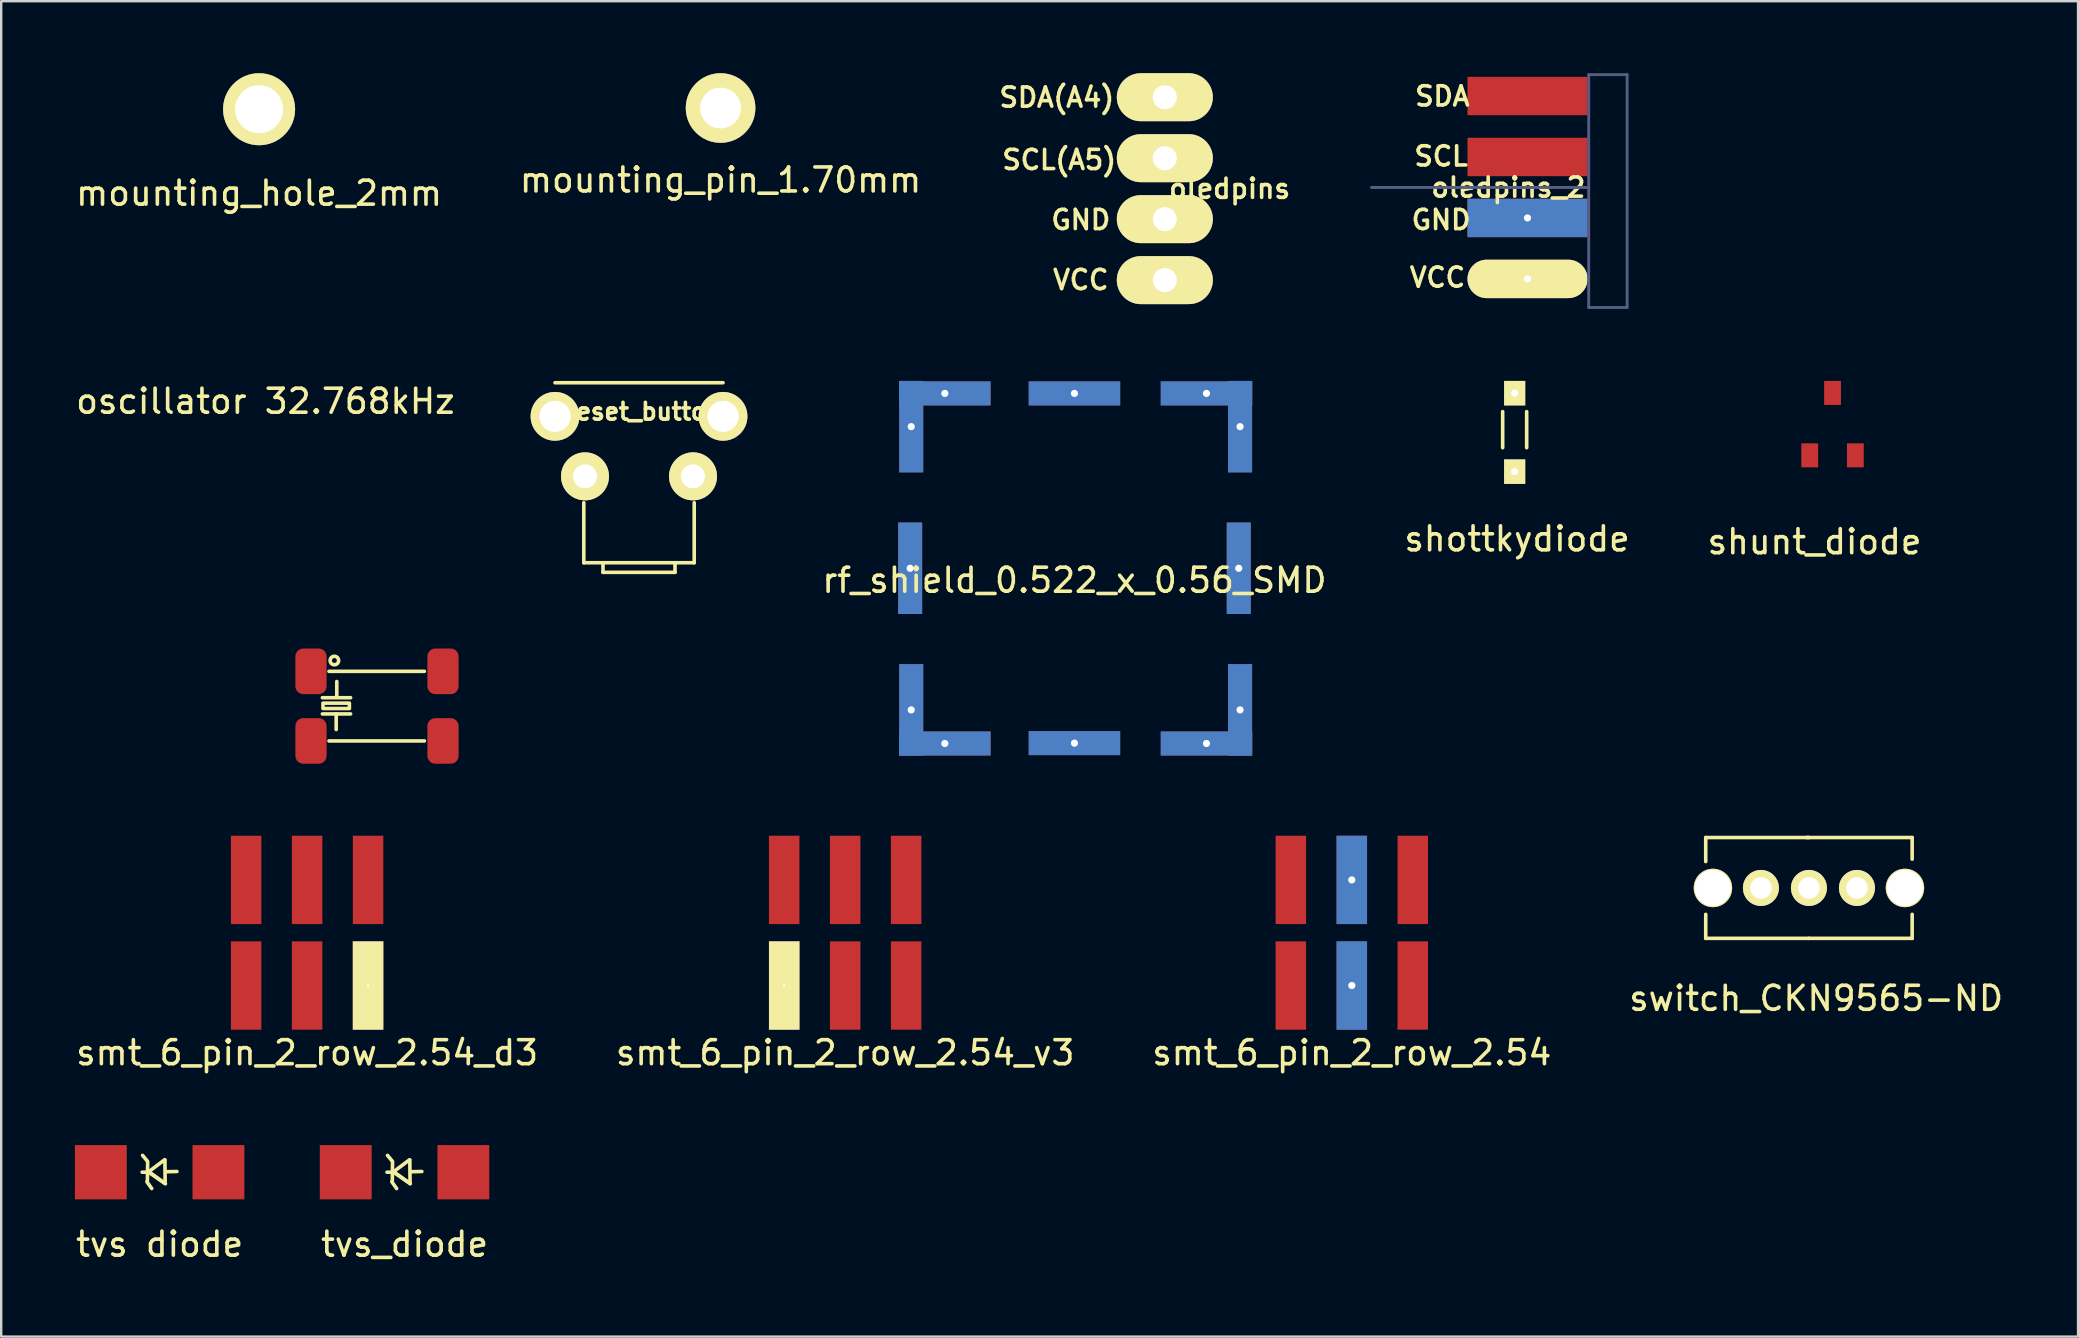
<source format=kicad_pcb>
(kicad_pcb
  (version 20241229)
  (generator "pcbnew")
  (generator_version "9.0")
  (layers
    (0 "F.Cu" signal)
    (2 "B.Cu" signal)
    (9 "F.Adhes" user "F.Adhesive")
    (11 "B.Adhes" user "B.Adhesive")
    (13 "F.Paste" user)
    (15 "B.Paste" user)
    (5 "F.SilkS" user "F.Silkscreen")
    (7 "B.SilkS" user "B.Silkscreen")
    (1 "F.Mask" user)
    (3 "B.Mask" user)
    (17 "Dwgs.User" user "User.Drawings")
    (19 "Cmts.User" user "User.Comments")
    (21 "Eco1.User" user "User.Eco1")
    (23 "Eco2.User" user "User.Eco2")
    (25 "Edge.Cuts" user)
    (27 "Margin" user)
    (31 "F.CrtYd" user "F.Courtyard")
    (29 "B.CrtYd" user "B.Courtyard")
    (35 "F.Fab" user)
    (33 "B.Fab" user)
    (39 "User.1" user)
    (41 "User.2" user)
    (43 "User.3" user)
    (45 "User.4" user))
  (footprint "smt_6_pin_2_row_2.54_v3"
    (layer "F.Cu")
    (at 32.161 35.808)
    (property "Reference" "smt_6_pin_2_row_2.54_v3" (at 0 5 0) (layer "F.SilkS") (effects (font (size 1 1) (thickness 0.15))))
    (attr through_hole)
    (pad "1" smd rect (at 2.54 2.2) (size 1.27 3.68) (layers "F.Cu" "F.Mask" "F.Paste"))
    (pad "2" smd rect (at 2.54 -2.2) (size 1.27 3.68) (layers "F.Cu" "F.Mask" "F.Paste"))
    (pad "3" smd rect (at 0 -2.2) (size 1.27 3.68) (layers "F.Cu" "F.Mask" "F.Paste"))
    (pad "4" smd rect (at 0 2.2) (size 1.27 3.68) (layers "F.Cu" "F.Mask" "F.Paste"))
    (pad "5" thru_hole rect (at -2.54 2.2) (size 1.27 3.68) (drill 0.1) (layers "*.Cu" "*.Mask" "F.SilkS"))
    (pad "6" smd rect (at -2.54 -2.2) (size 1.27 3.68) (layers "F.Cu" "F.Mask" "F.Paste")))
  (footprint "switch_CKN9565-ND"
    (layer "F.Cu")
    (at 72.313 33.943)
    (property "Reference" "switch_CKN9565-ND" (at 0.3 4.6 0) (layer "F.SilkS") (effects (font (size 1 1) (thickness 0.15))))
    (attr through_hole)
    (fp_line (start -4.3 -2.1) (end -4.3 -1.1) (stroke (width 0.15) (type solid)) (layer "F.SilkS"))
    (fp_line (start -4.3 2.1) (end -4.3 1.1) (stroke (width 0.15) (type solid)) (layer "F.SilkS"))
    (fp_line (start -0.1 -2.1) (end 4.3 -2.1) (stroke (width 0.15) (type solid)) (layer "F.SilkS"))
    (fp_line (start 0 -2.1) (end -4.3 -2.1) (stroke (width 0.15) (type solid)) (layer "F.SilkS"))
    (fp_line (start 0 2.1) (end -4.3 2.1) (stroke (width 0.15) (type solid)) (layer "F.SilkS"))
    (fp_line (start 0 2.1) (end 4.3 2.1) (stroke (width 0.15) (type solid)) (layer "F.SilkS"))
    (fp_line (start 4.3 -2.1) (end 4.3 -1.2) (stroke (width 0.15) (type solid)) (layer "F.SilkS"))
    (fp_line (start 4.3 2.1) (end 4.3 1.1) (stroke (width 0.15) (type solid)) (layer "F.SilkS"))
    (pad "" thru_hole circle (at -4 0) (size 1.6 1.6) (drill 1.5) (layers "*.Cu" "*.Mask" "F.SilkS"))
    (pad "" thru_hole circle (at 4 0) (size 1.6 1.6) (drill 1.5) (layers "*.Cu" "*.Mask" "F.SilkS"))
    (pad "1" thru_hole circle (at -2 0) (size 1.5 1.5) (drill 0.9) (layers "*.Cu" "*.Mask" "F.SilkS"))
    (pad "2" thru_hole circle (at 0 0) (size 1.5 1.5) (drill 0.9) (layers "*.Cu" "*.Mask" "F.SilkS"))
    (pad "3" thru_hole circle (at 2 0) (size 1.5 1.5) (drill 0.9) (layers "*.Cu" "*.Mask" "F.SilkS")))
  (footprint "reset_button"
    (layer "F.Cu")
    (at 20.072 14.295)
    (property "Reference" "reset_button" (at 3.7 -0.2 0) (layer "F.SilkS") (effects (font (size 0.7 0.7) (thickness 0.15))))
    (attr through_hole)
    (fp_line (start 0 -1.4) (end 7 -1.4) (stroke (width 0.15) (type solid)) (layer "F.SilkS"))
    (fp_line (start 1.2 3.6) (end 1.2 6.1) (stroke (width 0.15) (type solid)) (layer "F.SilkS"))
    (fp_line (start 2 6.1) (end 2 6.5) (stroke (width 0.15) (type solid)) (layer "F.SilkS"))
    (fp_line (start 2 6.5) (end 5 6.5) (stroke (width 0.15) (type solid)) (layer "F.SilkS"))
    (fp_line (start 5 6.1) (end 5 6.5) (stroke (width 0.15) (type solid)) (layer "F.SilkS"))
    (fp_line (start 5.8 3.6) (end 5.8 6.1) (stroke (width 0.15) (type solid)) (layer "F.SilkS"))
    (fp_line (start 5.8 6.1) (end 1.2 6.1) (stroke (width 0.15) (type solid)) (layer "F.SilkS"))
    (pad "1" thru_hole circle (at 0 0) (size 2.032 2.032) (drill 1.3) (layers "*.Cu" "*.Mask" "F.SilkS"))
    (pad "1" thru_hole circle (at 1.25 2.5) (size 2 2) (drill 1) (layers "*.Cu" "*.Mask" "F.SilkS"))
    (pad "1" thru_hole circle (at 7 0) (size 2.032 2.032) (drill 1.3) (layers "*.Cu" "*.Mask" "F.SilkS"))
    (pad "2" thru_hole circle (at 5.75 2.5) (size 2 2) (drill 1) (layers "*.Cu" "*.Mask" "F.SilkS")))
  (footprint "mounting_pin_1.70mm"
    (layer "F.Cu")
    (at 26.97 1.45)
    (property "Reference" "mounting_pin_1.70mm" (at 0 3 0) (layer "F.SilkS") (effects (font (size 1 1) (thickness 0.15))))
    (attr through_hole)
    (pad "1" thru_hole circle (at 0 0) (size 2.9 2.9) (drill 1.7) (layers "*.Cu" "*.Mask" "F.SilkS")))
  (footprint "smt_6_pin_2_row_2.54"
    (layer "F.Cu")
    (at 53.268 35.808)
    (property "Reference" "smt_6_pin_2_row_2.54" (at 0 5 0) (layer "F.SilkS") (effects (font (size 1 1) (thickness 0.15))))
    (attr through_hole)
    (pad "1" smd rect (at 2.54 -2.2) (size 1.27 3.68) (layers "F.Cu" "F.Mask" "F.Paste"))
    (pad "2" thru_hole rect (at 0 -2.2) (size 1.27 3.68) (drill 0.3) (layers "*.Cu" "*.Mask"))
    (pad "3" smd rect (at -2.54 -2.2) (size 1.27 3.68) (layers "F.Cu" "F.Mask" "F.Paste"))
    (pad "4" smd rect (at -2.54 2.2) (size 1.27 3.68) (layers "F.Cu" "F.Mask" "F.Paste"))
    (pad "5" thru_hole rect (at 0 2.2) (size 1.27 3.68) (drill 0.3) (layers "*.Cu" "*.Mask"))
    (pad "6" smd rect (at 2.54 2.2) (size 1.27 3.68) (layers "F.Cu" "F.Mask" "F.Paste")))
  (footprint "oscillator 32.768kHz"
    (layer "F.Cu")
    (at 9.906 24.918)
    (property "Reference" "oscillator 32.768kHz" (at -1.9 -11.25 0) (unlocked yes) (layer "F.SilkS") (effects (font (size 1 1) (thickness 0.15))))
    (attr smd)
    (fp_line (start 0.475 1.1) (end 1.65 1.1) (stroke (width 0.15) (type solid)) (layer "F.SilkS"))
    (fp_line (start 0.475 1.775) (end 1.65 1.775) (stroke (width 0.15) (type solid)) (layer "F.SilkS"))
    (fp_line (start 0.75 0) (end 4.725 0) (stroke (width 0.15) (type solid)) (layer "F.SilkS"))
    (fp_line (start 0.75 2.9) (end 4.725 2.9) (stroke (width 0.15) (type solid)) (layer "F.SilkS"))
    (fp_line (start 1.05 1.775) (end 1.05 2.425) (stroke (width 0.15) (type solid)) (layer "F.SilkS"))
    (fp_line (start 1.075 0.425) (end 1.075 1.075) (stroke (width 0.15) (type solid)) (layer "F.SilkS"))
    (fp_rect (start 0.5 1.325) (end 1.6 1.55) (stroke (width 0.15) (type solid)) (fill no) (layer "F.SilkS"))
    (fp_circle (center 0.975 -0.45) (end 1.1 -0.575) (stroke (width 0.15) (type solid)) (fill no) (layer "F.SilkS"))
    (pad "1" smd roundrect (at 0 2.9) (size 1.3 1.9) (layers "F.Cu" "F.Mask" "F.Paste") (roundrect_rratio 0.25))
    (pad "2" smd roundrect (at 5.5 2.9) (size 1.3 1.9) (layers "F.Cu" "F.Mask" "F.Paste") (roundrect_rratio 0.25))
    (pad "3" smd roundrect (at 5.5 0) (size 1.3 1.9) (layers "F.Cu" "F.Mask" "F.Paste") (roundrect_rratio 0.25))
    (pad "4" smd roundrect (at 0 0) (size 1.3 1.9) (layers "F.Cu" "F.Mask" "F.Paste") (roundrect_rratio 0.25)))
  (footprint "tvs diode"
    (layer "F.Cu")
    (at 3.601 45.786)
    (property "Reference" "tvs diode" (at 0 3 0) (layer "F.SilkS") (effects (font (size 1 1) (thickness 0.15))))
    (attr through_hole)
    (fp_line (start -0.71 -0.7) (end -0.51 -0.46) (stroke (width 0.15) (type solid)) (layer "F.SilkS"))
    (fp_line (start -0.53 0.4) (end -0.33 0.68) (stroke (width 0.15) (type solid)) (layer "F.SilkS"))
    (fp_line (start -0.51 0) (end -0.73 0) (stroke (width 0.15) (type solid)) (layer "F.SilkS"))
    (fp_line (start -0.5 -0.43) (end -0.51 0.36) (stroke (width 0.15) (type solid)) (layer "F.SilkS"))
    (fp_line (start -0.47 -0.03) (end 0.2 0.45) (stroke (width 0.15) (type solid)) (layer "F.SilkS"))
    (fp_line (start -0.47 -0.01) (end 0.21 -0.52) (stroke (width 0.15) (type solid)) (layer "F.SilkS"))
    (fp_line (start 0.22 -0.51) (end 0.23 0.47) (stroke (width 0.15) (type solid)) (layer "F.SilkS"))
    (fp_line (start 0.24 0.48) (end -0.47 -0.01) (stroke (width 0.15) (type solid)) (layer "F.SilkS"))
    (fp_line (start 0.26 -0.02) (end 0.72 -0.03) (stroke (width 0.15) (type solid)) (layer "F.SilkS"))
    (pad "1" smd rect (at -2.45 0) (size 2.16 2.26) (layers "F.Cu" "F.Mask" "F.Paste"))
    (pad "2" smd rect (at 2.45 0) (size 2.16 2.26) (layers "F.Cu" "F.Mask" "F.Paste")))
  (footprint "tvs_diode"
    (layer "F.Cu")
    (at 13.804 45.786)
    (property "Reference" "tvs_diode" (at 0 3 0) (layer "F.SilkS") (effects (font (size 1 1) (thickness 0.15))))
    (attr through_hole)
    (fp_line (start -0.71 -0.7) (end -0.51 -0.46) (stroke (width 0.15) (type solid)) (layer "F.SilkS"))
    (fp_line (start -0.53 0.4) (end -0.33 0.68) (stroke (width 0.15) (type solid)) (layer "F.SilkS"))
    (fp_line (start -0.51 0) (end -0.73 0) (stroke (width 0.15) (type solid)) (layer "F.SilkS"))
    (fp_line (start -0.5 -0.43) (end -0.51 0.36) (stroke (width 0.15) (type solid)) (layer "F.SilkS"))
    (fp_line (start -0.47 -0.03) (end 0.2 0.45) (stroke (width 0.15) (type solid)) (layer "F.SilkS"))
    (fp_line (start -0.47 -0.01) (end 0.21 -0.52) (stroke (width 0.15) (type solid)) (layer "F.SilkS"))
    (fp_line (start 0.22 -0.51) (end 0.23 0.47) (stroke (width 0.15) (type solid)) (layer "F.SilkS"))
    (fp_line (start 0.24 0.48) (end -0.47 -0.01) (stroke (width 0.15) (type solid)) (layer "F.SilkS"))
    (fp_line (start 0.26 -0.02) (end 0.72 -0.03) (stroke (width 0.15) (type solid)) (layer "F.SilkS"))
    (pad "1" smd rect (at -2.45 0) (size 2.16 2.26) (layers "F.Cu" "F.Mask" "F.Paste"))
    (pad "2" smd rect (at 2.45 0) (size 2.16 2.26) (layers "F.Cu" "F.Mask" "F.Paste")))
  (footprint "oledpins"
    (layer "F.Cu")
    (at 44.478 4.81)
    (property "Reference" "oledpins" (at 3.7 0 0) (layer "F.SilkS") (effects (font (size 0.8 0.8) (thickness 0.15))))
    (attr through_hole)
    (fp_text user "GND" (at -2.5 1.3 0) (layer "F.SilkS") (effects (font (size 0.8 0.8) (thickness 0.15))))
    (fp_text user "VCC" (at -2.5 3.8 0) (layer "F.SilkS") (effects (font (size 0.8 0.8) (thickness 0.15))))
    (fp_text user "SCL(A5)" (at -3.4 -1.2 0) (layer "F.SilkS") (effects (font (size 0.8 0.8) (thickness 0.15))))
    (fp_text user "SDA(A4)" (at -3.5 -3.8 0) (layer "F.SilkS") (effects (font (size 0.8 0.8) (thickness 0.15))))
    (pad "1" thru_hole oval (at 1 3.81) (size 4 2) (drill oval 1) (layers "*.Cu" "*.Mask" "F.SilkS"))
    (pad "2" thru_hole oval (at 1 1.27) (size 4 2) (drill oval 1) (layers "*.Cu" "*.Mask" "F.SilkS"))
    (pad "3" thru_hole oval (at 1 -1.27) (size 4 2) (drill oval 1) (layers "*.Cu" "*.Mask" "F.SilkS"))
    (pad "4" thru_hole oval (at 1 -3.81) (size 4 2) (drill oval 1) (layers "*.Cu" "*.Mask" "F.SilkS")))
  (footprint "rf_shield_0.522_x_0.56_SMD"
    (layer "F.Cu")
    (at 41.713 20.625)
    (property "Reference" "rf_shield_0.522_x_0.56_SMD" (at 0 0.5 0) (layer "F.SilkS") (effects (font (size 1 1) (thickness 0.15))))
    (attr through_hole)
    (pad "1" thru_hole rect (at -6.845 0 90) (size 3.81 1) (drill 0.3) (layers "*.Cu" "*.Mask"))
    (pad "1" thru_hole rect (at -6.8 -5.9 90) (size 3.81 1) (drill 0.3) (layers "*.Cu" "*.Mask"))
    (pad "1" thru_hole rect (at -6.8 5.9 90) (size 3.81 1) (drill 0.3) (layers "*.Cu" "*.Mask"))
    (pad "1" thru_hole rect (at -5.4 -7.285) (size 3.81 1) (drill 0.3) (layers "*.Cu" "*.Mask"))
    (pad "1" thru_hole rect (at -5.4 7.3) (size 3.81 1) (drill 0.3) (layers "*.Cu" "*.Mask"))
    (pad "1" thru_hole rect (at 0 -7.285) (size 3.81 1) (drill 0.3) (layers "*.Cu" "*.Mask"))
    (pad "1" thru_hole rect (at 0 7.285) (size 3.81 1) (drill 0.3) (layers "*.Cu" "*.Mask"))
    (pad "1" thru_hole rect (at 5.5 -7.285) (size 3.81 1) (drill 0.3) (layers "*.Cu" "*.Mask"))
    (pad "1" thru_hole rect (at 5.5 7.3) (size 3.81 1) (drill 0.3) (layers "*.Cu" "*.Mask"))
    (pad "1" thru_hole rect (at 6.845 0 90) (size 3.81 1) (drill 0.3) (layers "*.Cu" "*.Mask"))
    (pad "1" thru_hole rect (at 6.9 -5.9 90) (size 3.81 1) (drill 0.3) (layers "*.Cu" "*.Mask"))
    (pad "1" thru_hole rect (at 6.9 5.9 90) (size 3.81 1) (drill 0.3) (layers "*.Cu" "*.Mask")))
  (footprint "oledpins_2"
    (layer "F.Cu")
    (at 54.088 4.76)
    (property "Reference" "oledpins_2" (at 5.7 0 0) (layer "F.SilkS") (effects (font (size 0.8 0.8) (thickness 0.15))))
    (attr through_hole)
    (fp_line (start 0 0) (end 9.05 0) (stroke (width 0.12) (type solid)) (layer "B.Fab"))
    (fp_line (start 9.05 -4.7) (end 10.65 -4.7) (stroke (width 0.12) (type solid)) (layer "B.Fab"))
    (fp_line (start 9.05 0) (end 9.05 -4.7) (stroke (width 0.12) (type solid)) (layer "B.Fab"))
    (fp_line (start 9.05 5) (end 9.05 0) (stroke (width 0.12) (type solid)) (layer "B.Fab"))
    (fp_line (start 10.65 -4.7) (end 10.65 5) (stroke (width 0.12) (type solid)) (layer "B.Fab"))
    (fp_line (start 10.65 5) (end 9.05 5) (stroke (width 0.12) (type solid)) (layer "B.Fab"))
    (fp_text user "GND" (at 2.9 1.35 0) (layer "F.SilkS") (effects (font (size 0.8 0.8) (thickness 0.15))))
    (fp_text user "SCL" (at 2.9 -1.3 0) (layer "F.SilkS") (effects (font (size 0.8 0.8) (thickness 0.15))))
    (fp_text user "SDA" (at 2.95 -3.8 0) (layer "F.SilkS") (effects (font (size 0.8 0.8) (thickness 0.15))))
    (fp_text user "VCC" (at 2.75 3.75 0) (layer "F.SilkS") (effects (font (size 0.8 0.8) (thickness 0.15))))
    (pad "1" thru_hole oval (at 6.5 3.81) (size 5 1.6) (drill oval 0.3) (layers "*.Cu" "*.Mask" "F.SilkS"))
    (pad "2" thru_hole rect (at 6.5 1.27) (size 5 1.6) (drill oval 0.3) (layers "*.Cu" "*.Mask"))
    (pad "3" smd rect (at 6.5 -1.27) (size 5 1.6) (layers "F.Cu" "F.Mask" "F.Paste"))
    (pad "4" smd rect (at 6.5 -3.81) (size 5 1.6) (layers "F.Cu" "F.Mask" "F.Paste")))
  (footprint "mounting_hole_2mm"
    (layer "F.Cu")
    (at 7.744 1.5)
    (property "Reference" "mounting_hole_2mm" (at 0 3.5 0) (layer "F.SilkS") (effects (font (size 1 1) (thickness 0.15))))
    (attr through_hole)
    (pad "1" thru_hole circle (at 0 0) (size 3 3) (drill 2) (layers "*.Cu" "*.Mask" "F.SilkS")))
  (footprint "shunt_diode"
    (layer "F.Cu")
    (at 72.346 15.92)
    (property "Reference" "shunt_diode" (at 0.2 3.6 0) (layer "F.SilkS") (effects (font (size 1 1) (thickness 0.15))))
    (attr through_hole)
    (pad "1" smd rect (at 0 0) (size 0.7 1) (layers "F.Cu" "F.Mask" "F.Paste"))
    (pad "2" smd rect (at 1.9 0) (size 0.7 1) (layers "F.Cu" "F.Mask" "F.Paste"))
    (pad "3" smd rect (at 0.95 -2.6) (size 0.7 1) (layers "F.Cu" "F.Mask" "F.Paste")))
  (footprint "shottkydiode"
    (layer "F.Cu")
    (at 60.053 16.6)
    (property "Reference" "shottkydiode" (at 0.1 2.8 0) (layer "F.SilkS") (effects (font (size 1 1) (thickness 0.15))))
    (attr through_hole)
    (fp_line (start -0.5 -2.5) (end -0.5 -1) (stroke (width 0.15) (type solid)) (layer "F.SilkS"))
    (fp_line (start 0.5 -2.5) (end 0.5 -1) (stroke (width 0.15) (type solid)) (layer "F.SilkS"))
    (pad "1" thru_hole rect (at 0 0) (size 0.88 1.02) (drill 0.3) (layers "*.Cu" "*.Mask" "F.SilkS"))
    (pad "2" thru_hole rect (at 0 -3.27) (size 0.88 1.02) (drill 0.3) (layers "*.Cu" "*.Mask" "F.SilkS")))
  (footprint "smt_6_pin_2_row_2.54_d3"
    (layer "F.Cu")
    (at 9.744 35.808)
    (property "Reference" "smt_6_pin_2_row_2.54_d3" (at 0 5 0) (layer "F.SilkS") (effects (font (size 1 1) (thickness 0.15))))
    (attr through_hole)
    (pad "1" smd rect (at -2.54 2.2) (size 1.27 3.68) (layers "F.Cu" "F.Mask" "F.Paste"))
    (pad "2" smd rect (at -2.54 -2.2) (size 1.27 3.68) (layers "F.Cu" "F.Mask" "F.Paste"))
    (pad "3" smd rect (at 0 2.2) (size 1.27 3.68) (layers "F.Cu" "F.Mask" "F.Paste"))
    (pad "4" smd rect (at 0 -2.2) (size 1.27 3.68) (layers "F.Cu" "F.Mask" "F.Paste"))
    (pad "5" thru_hole rect (at 2.54 2.2) (size 1.27 3.68) (drill 0.1) (layers "*.Cu" "*.Mask" "F.SilkS"))
    (pad "6" smd rect (at 2.54 -2.2) (size 1.27 3.68) (layers "F.Cu" "F.Mask" "F.Paste")))
  (gr_rect
    (start -3 -3)
    (end 83.524 52.635)
    (stroke (width 0.1) (type default))
    (fill no)
    (layer "Edge.Cuts")))
</source>
